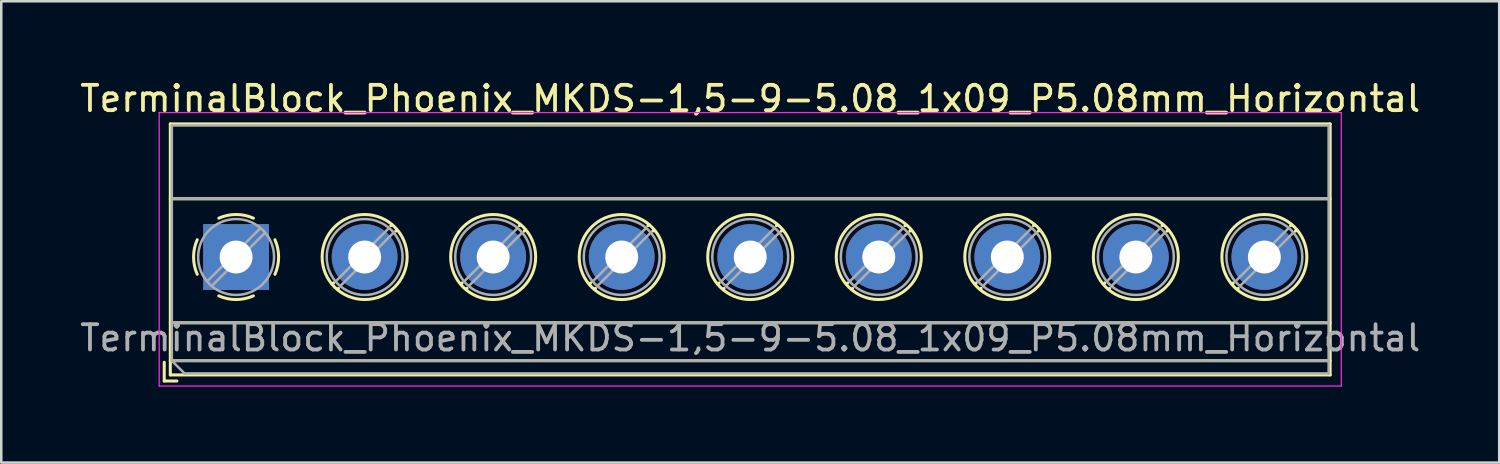
<source format=kicad_pcb>
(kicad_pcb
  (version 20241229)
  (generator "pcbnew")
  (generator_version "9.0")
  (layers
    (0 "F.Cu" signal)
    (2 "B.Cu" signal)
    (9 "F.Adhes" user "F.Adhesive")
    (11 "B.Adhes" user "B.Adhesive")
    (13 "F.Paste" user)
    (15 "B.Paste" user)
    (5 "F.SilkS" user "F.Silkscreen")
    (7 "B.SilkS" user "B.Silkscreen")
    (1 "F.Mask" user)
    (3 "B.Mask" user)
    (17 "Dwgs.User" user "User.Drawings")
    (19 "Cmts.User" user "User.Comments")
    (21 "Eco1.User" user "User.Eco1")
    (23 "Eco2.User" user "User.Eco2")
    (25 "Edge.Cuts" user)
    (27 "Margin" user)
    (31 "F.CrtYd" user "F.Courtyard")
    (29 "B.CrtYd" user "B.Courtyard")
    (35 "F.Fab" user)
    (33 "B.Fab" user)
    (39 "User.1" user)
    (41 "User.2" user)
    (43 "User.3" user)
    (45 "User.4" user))
  (footprint "TerminalBlock_Phoenix_MKDS-1,5-9-5.08_1x09_P5.08mm_Horizontal"
    (layer "F.Cu")
    (at 6.281 7.108)
    (property "Reference" "TerminalBlock_Phoenix_MKDS-1,5-9-5.08_1x09_P5.08mm_Horizontal" (at 20.32 -6.26 0) (layer "F.SilkS") (effects (font (size 1 1) (thickness 0.15))))
    (attr through_hole)
    (fp_line (start -2.84 4.16) (end -2.84 4.9) (stroke (width 0.12) (type solid)) (layer "F.SilkS"))
    (fp_line (start -2.84 4.9) (end -2.34 4.9) (stroke (width 0.12) (type solid)) (layer "F.SilkS"))
    (fp_line (start -2.6 -5.261) (end -2.6 4.66) (stroke (width 0.12) (type solid)) (layer "F.SilkS"))
    (fp_line (start -2.6 -5.261) (end 43.24 -5.261) (stroke (width 0.12) (type solid)) (layer "F.SilkS"))
    (fp_line (start -2.6 -2.301) (end 43.24 -2.301) (stroke (width 0.12) (type solid)) (layer "F.SilkS"))
    (fp_line (start -2.6 2.6) (end 43.24 2.6) (stroke (width 0.12) (type solid)) (layer "F.SilkS"))
    (fp_line (start -2.6 4.1) (end 43.24 4.1) (stroke (width 0.12) (type solid)) (layer "F.SilkS"))
    (fp_line (start -2.6 4.66) (end 43.24 4.66) (stroke (width 0.12) (type solid)) (layer "F.SilkS"))
    (fp_line (start 3.853 1.023) (end 3.806 1.069) (stroke (width 0.12) (type solid)) (layer "F.SilkS"))
    (fp_line (start 4.046 1.239) (end 4.011 1.274) (stroke (width 0.12) (type solid)) (layer "F.SilkS"))
    (fp_line (start 6.15 -1.275) (end 6.115 -1.239) (stroke (width 0.12) (type solid)) (layer "F.SilkS"))
    (fp_line (start 6.355 -1.069) (end 6.308 -1.023) (stroke (width 0.12) (type solid)) (layer "F.SilkS"))
    (fp_line (start 8.933 1.023) (end 8.886 1.069) (stroke (width 0.12) (type solid)) (layer "F.SilkS"))
    (fp_line (start 9.126 1.239) (end 9.091 1.274) (stroke (width 0.12) (type solid)) (layer "F.SilkS"))
    (fp_line (start 11.23 -1.275) (end 11.195 -1.239) (stroke (width 0.12) (type solid)) (layer "F.SilkS"))
    (fp_line (start 11.435 -1.069) (end 11.388 -1.023) (stroke (width 0.12) (type solid)) (layer "F.SilkS"))
    (fp_line (start 14.013 1.023) (end 13.966 1.069) (stroke (width 0.12) (type solid)) (layer "F.SilkS"))
    (fp_line (start 14.206 1.239) (end 14.171 1.274) (stroke (width 0.12) (type solid)) (layer "F.SilkS"))
    (fp_line (start 16.31 -1.275) (end 16.275 -1.239) (stroke (width 0.12) (type solid)) (layer "F.SilkS"))
    (fp_line (start 16.515 -1.069) (end 16.468 -1.023) (stroke (width 0.12) (type solid)) (layer "F.SilkS"))
    (fp_line (start 19.093 1.023) (end 19.046 1.069) (stroke (width 0.12) (type solid)) (layer "F.SilkS"))
    (fp_line (start 19.286 1.239) (end 19.251 1.274) (stroke (width 0.12) (type solid)) (layer "F.SilkS"))
    (fp_line (start 21.39 -1.275) (end 21.355 -1.239) (stroke (width 0.12) (type solid)) (layer "F.SilkS"))
    (fp_line (start 21.595 -1.069) (end 21.548 -1.023) (stroke (width 0.12) (type solid)) (layer "F.SilkS"))
    (fp_line (start 24.173 1.023) (end 24.126 1.069) (stroke (width 0.12) (type solid)) (layer "F.SilkS"))
    (fp_line (start 24.366 1.239) (end 24.331 1.274) (stroke (width 0.12) (type solid)) (layer "F.SilkS"))
    (fp_line (start 26.47 -1.275) (end 26.435 -1.239) (stroke (width 0.12) (type solid)) (layer "F.SilkS"))
    (fp_line (start 26.675 -1.069) (end 26.628 -1.023) (stroke (width 0.12) (type solid)) (layer "F.SilkS"))
    (fp_line (start 29.253 1.023) (end 29.206 1.069) (stroke (width 0.12) (type solid)) (layer "F.SilkS"))
    (fp_line (start 29.446 1.239) (end 29.411 1.274) (stroke (width 0.12) (type solid)) (layer "F.SilkS"))
    (fp_line (start 31.55 -1.275) (end 31.515 -1.239) (stroke (width 0.12) (type solid)) (layer "F.SilkS"))
    (fp_line (start 31.755 -1.069) (end 31.708 -1.023) (stroke (width 0.12) (type solid)) (layer "F.SilkS"))
    (fp_line (start 34.333 1.023) (end 34.286 1.069) (stroke (width 0.12) (type solid)) (layer "F.SilkS"))
    (fp_line (start 34.526 1.239) (end 34.491 1.274) (stroke (width 0.12) (type solid)) (layer "F.SilkS"))
    (fp_line (start 36.63 -1.275) (end 36.595 -1.239) (stroke (width 0.12) (type solid)) (layer "F.SilkS"))
    (fp_line (start 36.835 -1.069) (end 36.788 -1.023) (stroke (width 0.12) (type solid)) (layer "F.SilkS"))
    (fp_line (start 39.413 1.023) (end 39.366 1.069) (stroke (width 0.12) (type solid)) (layer "F.SilkS"))
    (fp_line (start 39.606 1.239) (end 39.571 1.274) (stroke (width 0.12) (type solid)) (layer "F.SilkS"))
    (fp_line (start 41.71 -1.275) (end 41.675 -1.239) (stroke (width 0.12) (type solid)) (layer "F.SilkS"))
    (fp_line (start 41.915 -1.069) (end 41.868 -1.023) (stroke (width 0.12) (type solid)) (layer "F.SilkS"))
    (fp_line (start 43.24 -5.261) (end 43.24 4.66) (stroke (width 0.12) (type solid)) (layer "F.SilkS"))
    (fp_arc (start -1.535427 0.683042) (mid -1.680501 -0.000524) (end -1.535 -0.684) (stroke (width 0.12) (type solid)) (layer "F.SilkS"))
    (fp_arc (start -0.683042 -1.535427) (mid 0.000524 -1.680501) (end 0.684 -1.535) (stroke (width 0.12) (type solid)) (layer "F.SilkS"))
    (fp_arc (start 0.028805 1.680253) (mid -0.335551 1.646659) (end -0.684 1.535) (stroke (width 0.12) (type solid)) (layer "F.SilkS"))
    (fp_arc (start 0.683318 1.534756) (mid 0.349292 1.643288) (end 0 1.68) (stroke (width 0.12) (type solid)) (layer "F.SilkS"))
    (fp_arc (start 1.535427 -0.683042) (mid 1.680501 0.000524) (end 1.535 0.684) (stroke (width 0.12) (type solid)) (layer "F.SilkS"))
    (fp_circle (center 5.08 0) (end 6.76 0) (stroke (width 0.12) (type solid)) (fill no) (layer "F.SilkS"))
    (fp_circle (center 10.16 0) (end 11.84 0) (stroke (width 0.12) (type solid)) (fill no) (layer "F.SilkS"))
    (fp_circle (center 15.24 0) (end 16.92 0) (stroke (width 0.12) (type solid)) (fill no) (layer "F.SilkS"))
    (fp_circle (center 20.32 0) (end 22 0) (stroke (width 0.12) (type solid)) (fill no) (layer "F.SilkS"))
    (fp_circle (center 25.4 0) (end 27.08 0) (stroke (width 0.12) (type solid)) (fill no) (layer "F.SilkS"))
    (fp_circle (center 30.48 0) (end 32.16 0) (stroke (width 0.12) (type solid)) (fill no) (layer "F.SilkS"))
    (fp_circle (center 35.56 0) (end 37.24 0) (stroke (width 0.12) (type solid)) (fill no) (layer "F.SilkS"))
    (fp_circle (center 40.64 0) (end 42.32 0) (stroke (width 0.12) (type solid)) (fill no) (layer "F.SilkS"))
    (fp_line (start -3.04 -5.71) (end -3.04 5.1) (stroke (width 0.05) (type solid)) (layer "F.CrtYd"))
    (fp_line (start -3.04 5.1) (end 43.68 5.1) (stroke (width 0.05) (type solid)) (layer "F.CrtYd"))
    (fp_line (start 43.68 -5.71) (end -3.04 -5.71) (stroke (width 0.05) (type solid)) (layer "F.CrtYd"))
    (fp_line (start 43.68 5.1) (end 43.68 -5.71) (stroke (width 0.05) (type solid)) (layer "F.CrtYd"))
    (fp_line (start -2.54 -5.2) (end 43.18 -5.2) (stroke (width 0.1) (type solid)) (layer "F.Fab"))
    (fp_line (start -2.54 -2.3) (end 43.18 -2.3) (stroke (width 0.1) (type solid)) (layer "F.Fab"))
    (fp_line (start -2.54 2.6) (end 43.18 2.6) (stroke (width 0.1) (type solid)) (layer "F.Fab"))
    (fp_line (start -2.54 4.1) (end -2.54 -5.2) (stroke (width 0.1) (type solid)) (layer "F.Fab"))
    (fp_line (start -2.54 4.1) (end 43.18 4.1) (stroke (width 0.1) (type solid)) (layer "F.Fab"))
    (fp_line (start -2.04 4.6) (end -2.54 4.1) (stroke (width 0.1) (type solid)) (layer "F.Fab"))
    (fp_line (start 0.955 -1.138) (end -1.138 0.955) (stroke (width 0.1) (type solid)) (layer "F.Fab"))
    (fp_line (start 1.138 -0.955) (end -0.955 1.138) (stroke (width 0.1) (type solid)) (layer "F.Fab"))
    (fp_line (start 6.035 -1.138) (end 3.943 0.955) (stroke (width 0.1) (type solid)) (layer "F.Fab"))
    (fp_line (start 6.218 -0.955) (end 4.126 1.138) (stroke (width 0.1) (type solid)) (layer "F.Fab"))
    (fp_line (start 11.115 -1.138) (end 9.023 0.955) (stroke (width 0.1) (type solid)) (layer "F.Fab"))
    (fp_line (start 11.298 -0.955) (end 9.206 1.138) (stroke (width 0.1) (type solid)) (layer "F.Fab"))
    (fp_line (start 16.195 -1.138) (end 14.103 0.955) (stroke (width 0.1) (type solid)) (layer "F.Fab"))
    (fp_line (start 16.378 -0.955) (end 14.286 1.138) (stroke (width 0.1) (type solid)) (layer "F.Fab"))
    (fp_line (start 21.275 -1.138) (end 19.183 0.955) (stroke (width 0.1) (type solid)) (layer "F.Fab"))
    (fp_line (start 21.458 -0.955) (end 19.366 1.138) (stroke (width 0.1) (type solid)) (layer "F.Fab"))
    (fp_line (start 26.355 -1.138) (end 24.263 0.955) (stroke (width 0.1) (type solid)) (layer "F.Fab"))
    (fp_line (start 26.538 -0.955) (end 24.446 1.138) (stroke (width 0.1) (type solid)) (layer "F.Fab"))
    (fp_line (start 31.435 -1.138) (end 29.343 0.955) (stroke (width 0.1) (type solid)) (layer "F.Fab"))
    (fp_line (start 31.618 -0.955) (end 29.526 1.138) (stroke (width 0.1) (type solid)) (layer "F.Fab"))
    (fp_line (start 36.515 -1.138) (end 34.423 0.955) (stroke (width 0.1) (type solid)) (layer "F.Fab"))
    (fp_line (start 36.698 -0.955) (end 34.606 1.138) (stroke (width 0.1) (type solid)) (layer "F.Fab"))
    (fp_line (start 41.595 -1.138) (end 39.503 0.955) (stroke (width 0.1) (type solid)) (layer "F.Fab"))
    (fp_line (start 41.778 -0.955) (end 39.686 1.138) (stroke (width 0.1) (type solid)) (layer "F.Fab"))
    (fp_line (start 43.18 -5.2) (end 43.18 4.6) (stroke (width 0.1) (type solid)) (layer "F.Fab"))
    (fp_line (start 43.18 4.6) (end -2.04 4.6) (stroke (width 0.1) (type solid)) (layer "F.Fab"))
    (fp_circle (center 0 0) (end 1.5 0) (stroke (width 0.1) (type solid)) (fill no) (layer "F.Fab"))
    (fp_circle (center 5.08 0) (end 6.58 0) (stroke (width 0.1) (type solid)) (fill no) (layer "F.Fab"))
    (fp_circle (center 10.16 0) (end 11.66 0) (stroke (width 0.1) (type solid)) (fill no) (layer "F.Fab"))
    (fp_circle (center 15.24 0) (end 16.74 0) (stroke (width 0.1) (type solid)) (fill no) (layer "F.Fab"))
    (fp_circle (center 20.32 0) (end 21.82 0) (stroke (width 0.1) (type solid)) (fill no) (layer "F.Fab"))
    (fp_circle (center 25.4 0) (end 26.9 0) (stroke (width 0.1) (type solid)) (fill no) (layer "F.Fab"))
    (fp_circle (center 30.48 0) (end 31.98 0) (stroke (width 0.1) (type solid)) (fill no) (layer "F.Fab"))
    (fp_circle (center 35.56 0) (end 37.06 0) (stroke (width 0.1) (type solid)) (fill no) (layer "F.Fab"))
    (fp_circle (center 40.64 0) (end 42.14 0) (stroke (width 0.1) (type solid)) (fill no) (layer "F.Fab"))
    (fp_text user "${REFERENCE}" (at 20.32 3.2 0) (layer "F.Fab") (effects (font (size 1 1) (thickness 0.15))))
    (pad "1" thru_hole rect (at 0 0) (size 2.6 2.6) (drill 1.3) (layers "*.Cu" "*.Mask"))
    (pad "2" thru_hole circle (at 5.08 0) (size 2.6 2.6) (drill 1.3) (layers "*.Cu" "*.Mask"))
    (pad "3" thru_hole circle (at 10.16 0) (size 2.6 2.6) (drill 1.3) (layers "*.Cu" "*.Mask"))
    (pad "4" thru_hole circle (at 15.24 0) (size 2.6 2.6) (drill 1.3) (layers "*.Cu" "*.Mask"))
    (pad "5" thru_hole circle (at 20.32 0) (size 2.6 2.6) (drill 1.3) (layers "*.Cu" "*.Mask"))
    (pad "6" thru_hole circle (at 25.4 0) (size 2.6 2.6) (drill 1.3) (layers "*.Cu" "*.Mask"))
    (pad "7" thru_hole circle (at 30.48 0) (size 2.6 2.6) (drill 1.3) (layers "*.Cu" "*.Mask"))
    (pad "8" thru_hole circle (at 35.56 0) (size 2.6 2.6) (drill 1.3) (layers "*.Cu" "*.Mask"))
    (pad "9" thru_hole circle (at 40.64 0) (size 2.6 2.6) (drill 1.3) (layers "*.Cu" "*.Mask")))
  (gr_rect
    (start -3 -3)
    (end 56.202 15.233)
    (stroke (width 0.1) (type default))
    (fill no)
    (layer "Edge.Cuts")))
</source>
